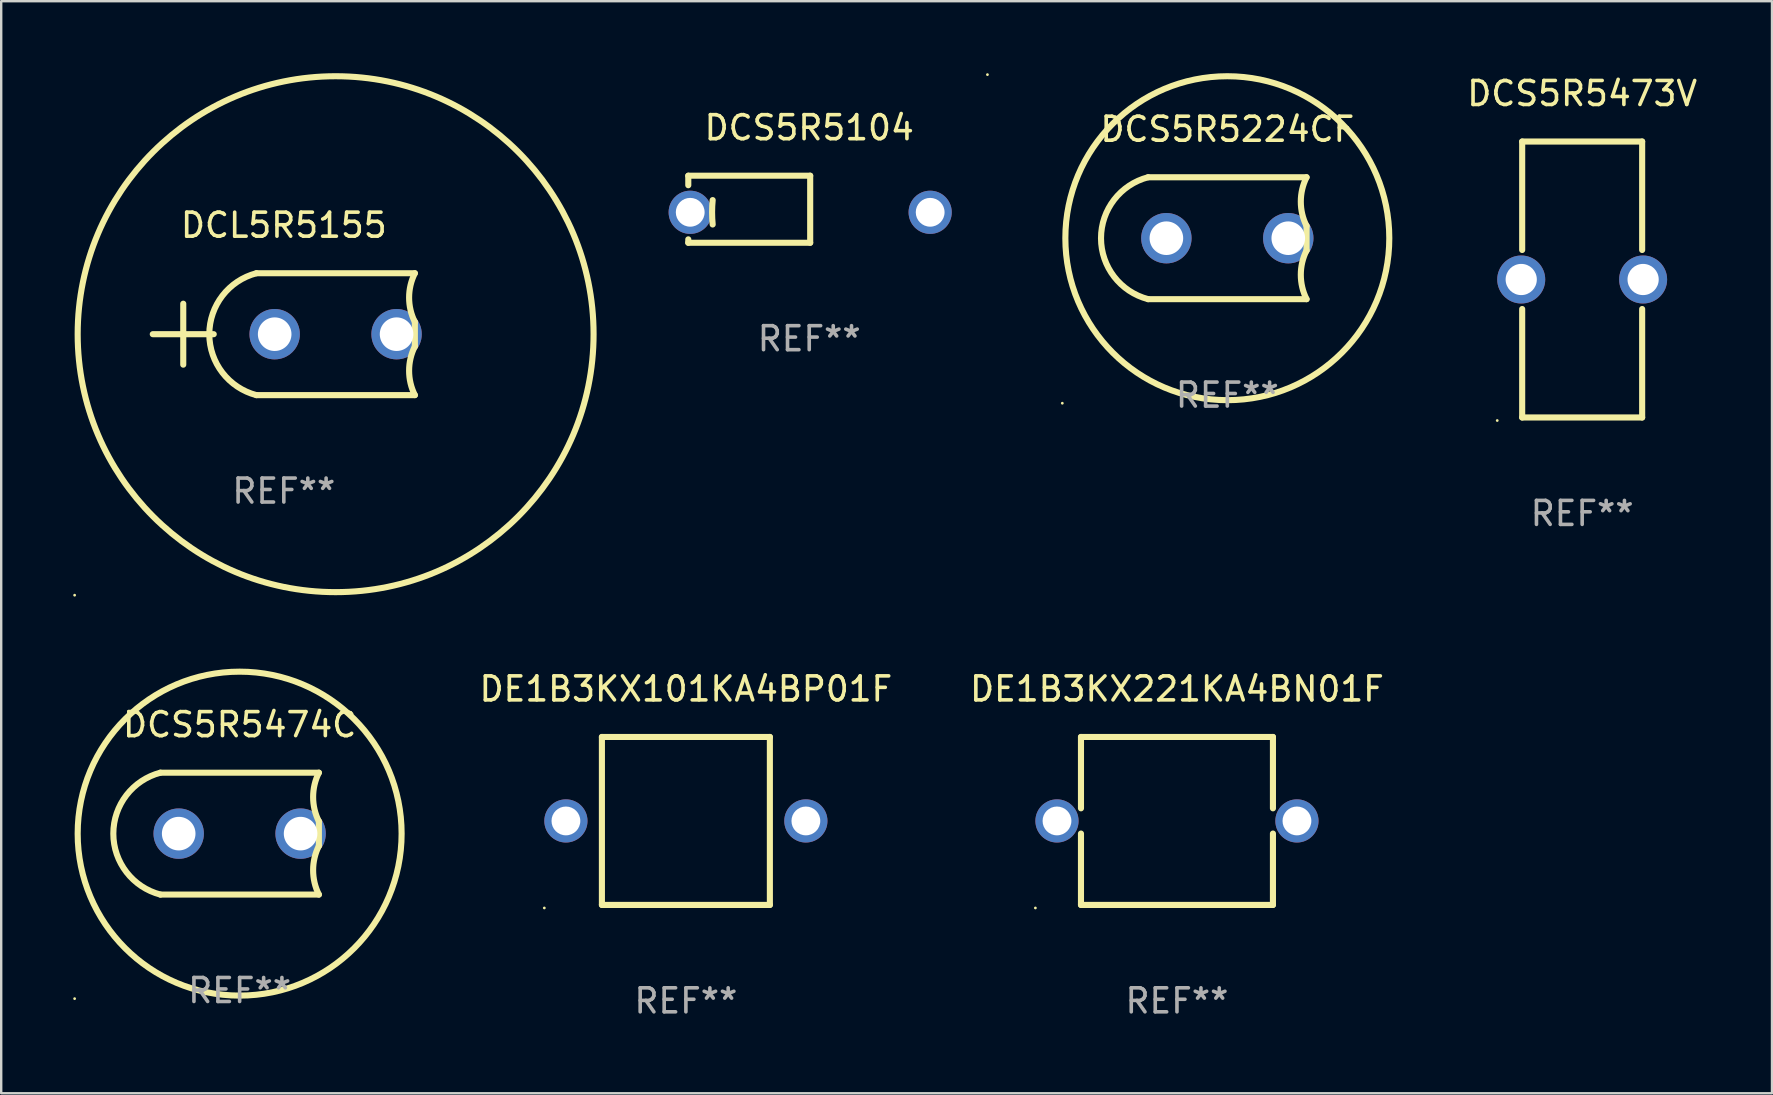
<source format=kicad_pcb>
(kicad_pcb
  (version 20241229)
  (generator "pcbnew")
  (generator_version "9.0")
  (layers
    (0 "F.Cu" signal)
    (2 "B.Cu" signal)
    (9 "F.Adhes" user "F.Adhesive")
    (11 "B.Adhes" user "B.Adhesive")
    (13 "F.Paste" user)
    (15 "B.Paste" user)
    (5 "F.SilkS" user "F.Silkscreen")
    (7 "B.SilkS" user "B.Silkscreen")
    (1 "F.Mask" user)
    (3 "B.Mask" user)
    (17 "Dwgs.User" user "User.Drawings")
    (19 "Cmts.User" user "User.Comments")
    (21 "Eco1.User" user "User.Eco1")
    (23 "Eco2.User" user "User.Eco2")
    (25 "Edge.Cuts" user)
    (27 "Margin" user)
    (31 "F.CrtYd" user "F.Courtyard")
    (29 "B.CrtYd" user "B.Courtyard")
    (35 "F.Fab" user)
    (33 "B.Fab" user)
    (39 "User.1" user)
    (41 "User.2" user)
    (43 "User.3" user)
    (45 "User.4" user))
  (footprint "DCL5R5155"
    (layer "F.Cu")
    (at 8.778 10.877)
    (property "Reference" "DCL5R5155" (at 0 -4.54 0) (layer "F.SilkS") (effects (font (size 1 1) (thickness 0.15))))
    (attr through_hole)
    (fp_line (start -5.461 0) (end -2.921 0) (stroke (width 0.254) (type solid)) (layer "F.SilkS"))
    (fp_line (start -4.191 1.27) (end -4.191 -1.27) (stroke (width 0.254) (type solid)) (layer "F.SilkS"))
    (fp_line (start -1.143 -2.54) (end 5.461 -2.54) (stroke (width 0.254) (type solid)) (layer "F.SilkS"))
    (fp_line (start -1.143 2.54) (end 5.461 2.54) (stroke (width 0.254) (type solid)) (layer "F.SilkS"))
    (fp_line (start 5.461 -0.508) (end 5.461 0.508) (stroke (width 0.254) (type solid)) (layer "F.SilkS"))
    (fp_arc (start -1.143002 2.540005) (mid -3.105155 0) (end -1.143003 -2.540005) (stroke (width 0.254001) (type solid)) (layer "F.SilkS"))
    (fp_arc (start 5.461011 -0.508001) (mid 5.221165 -1.524003) (end 5.461011 -2.540005) (stroke (width 0.254001) (type solid)) (layer "F.SilkS"))
    (fp_arc (start 5.461011 2.540005) (mid 5.221165 1.524003) (end 5.461011 0.508001) (stroke (width 0.254001) (type solid)) (layer "F.SilkS"))
    (fp_circle (center -8.718 10.877) (end -8.688 10.877) (stroke (width 0.06) (type solid)) (fill no) (layer "F.SilkS"))
    (fp_circle (center 2.159 0) (end 12.909 0) (stroke (width 0.254) (type solid)) (fill no) (layer "F.SilkS"))
    (fp_text user "REF**" (at 0 6.54 0) (layer "F.Fab") (effects (font (size 1 1) (thickness 0.15))))
    (pad "1" thru_hole circle (at -0.381 0) (size 2.1 2.1) (drill 1.4) (layers "*.Cu" "*.Mask"))
    (pad "2" thru_hole circle (at 4.699 0) (size 2.1 2.1) (drill 1.4) (layers "*.Cu" "*.Mask")))
  (footprint "DE1B3KX101KA4BP01F"
    (layer "F.Cu")
    (at 25.534 31.162)
    (property "Reference" "DE1B3KX101KA4BP01F" (at 0 -5.5 0) (layer "F.SilkS") (effects (font (size 1 1) (thickness 0.15))))
    (attr through_hole)
    (fp_line (start -3.5 -3.5) (end 3.5 -3.5) (stroke (width 0.254) (type solid)) (layer "F.SilkS"))
    (fp_line (start -3.5 3.5) (end -3.5 -3.5) (stroke (width 0.254) (type solid)) (layer "F.SilkS"))
    (fp_line (start 3.5 -3.5) (end 3.5 3.5) (stroke (width 0.254) (type solid)) (layer "F.SilkS"))
    (fp_line (start 3.5 3.5) (end -3.5 3.5) (stroke (width 0.254) (type solid)) (layer "F.SilkS"))
    (fp_circle (center -5.9 3.627) (end -5.87 3.627) (stroke (width 0.06) (type solid)) (fill no) (layer "F.SilkS"))
    (fp_text user "REF**" (at 0 7.5 0) (layer "F.Fab") (effects (font (size 1 1) (thickness 0.15))))
    (pad "1" thru_hole circle (at -5 0) (size 1.8 1.8) (drill 1.2) (layers "*.Cu" "*.Mask"))
    (pad "2" thru_hole circle (at 5 0) (size 1.8 1.8) (drill 1.2) (layers "*.Cu" "*.Mask")))
  (footprint "DCS5R5224CF"
    (layer "F.Cu")
    (at 48.098 6.877)
    (property "Reference" "DCS5R5224CF" (at 0 -4.54 0) (layer "F.SilkS") (effects (font (size 1 1) (thickness 0.15))))
    (attr through_hole)
    (fp_line (start -3.302 -2.54) (end 3.302 -2.54) (stroke (width 0.254) (type solid)) (layer "F.SilkS"))
    (fp_line (start -3.302 2.54) (end 3.302 2.54) (stroke (width 0.254) (type solid)) (layer "F.SilkS"))
    (fp_line (start 3.302 -0.508) (end 3.302 0.508) (stroke (width 0.254) (type solid)) (layer "F.SilkS"))
    (fp_arc (start -3.302007 2.540005) (mid -5.264159 0) (end -3.302006 -2.540005) (stroke (width 0.254001) (type solid)) (layer "F.SilkS"))
    (fp_arc (start 3.302007 -0.508001) (mid 3.062161 -1.524003) (end 3.302007 -2.540005) (stroke (width 0.254001) (type solid)) (layer "F.SilkS"))
    (fp_arc (start 3.302007 2.540005) (mid 3.062161 1.524003) (end 3.302007 0.508001) (stroke (width 0.254001) (type solid)) (layer "F.SilkS"))
    (fp_circle (center -6.877 6.877) (end -6.847 6.877) (stroke (width 0.06) (type solid)) (fill no) (layer "F.SilkS"))
    (fp_circle (center 0 0) (end 6.75 0) (stroke (width 0.254) (type solid)) (fill no) (layer "F.SilkS"))
    (fp_text user "REF**" (at 0 6.54 0) (layer "F.Fab") (effects (font (size 1 1) (thickness 0.15))))
    (pad "1" thru_hole circle (at -2.54 0) (size 2.1 2.1) (drill 1.4) (layers "*.Cu" "*.Mask"))
    (pad "2" thru_hole circle (at 2.54 0) (size 2.1 2.1) (drill 1.4) (layers "*.Cu" "*.Mask")))
  (footprint "DCS5R5473V"
    (layer "F.Cu")
    (at 62.886 8.598)
    (property "Reference" "DCS5R5473V" (at 0 -7.75 0) (layer "F.SilkS") (effects (font (size 1 1) (thickness 0.15))))
    (attr through_hole)
    (fp_line (start -2.5 -5.75) (end 2.5 -5.75) (stroke (width 0.254) (type solid)) (layer "F.SilkS"))
    (fp_line (start -2.5 -1.23) (end -2.5 -5.75) (stroke (width 0.254) (type solid)) (layer "F.SilkS"))
    (fp_line (start -2.5 5.75) (end -2.5 1.23) (stroke (width 0.254) (type solid)) (layer "F.SilkS"))
    (fp_line (start 2.5 -5.75) (end 2.5 -1.23) (stroke (width 0.254) (type solid)) (layer "F.SilkS"))
    (fp_line (start 2.5 1.23) (end 2.5 5.75) (stroke (width 0.254) (type solid)) (layer "F.SilkS"))
    (fp_line (start 2.5 5.75) (end -2.5 5.75) (stroke (width 0.254) (type solid)) (layer "F.SilkS"))
    (fp_circle (center -3.54 5.877) (end -3.51 5.877) (stroke (width 0.06) (type solid)) (fill no) (layer "F.SilkS"))
    (fp_text user "+" (at -2.286 -1.709 0) (layer "B.Mask") (effects (font (size 1 1) (thickness 0.15))))
    (fp_text user "REF**" (at 0 9.75 0) (layer "F.Fab") (effects (font (size 1 1) (thickness 0.15))))
    (pad "1" thru_hole circle (at -2.54 0) (size 2 2) (drill 1.3) (layers "*.Cu" "*.Mask"))
    (pad "2" thru_hole circle (at 2.54 0) (size 2 2) (drill 1.3) (layers "*.Cu" "*.Mask")))
  (footprint "DCS5R5474C"
    (layer "F.Cu")
    (at 6.937 31.691)
    (property "Reference" "DCS5R5474C" (at 0 -4.54 0) (layer "F.SilkS") (effects (font (size 1 1) (thickness 0.15))))
    (attr through_hole)
    (fp_line (start -3.302 -2.54) (end 3.302 -2.54) (stroke (width 0.254) (type solid)) (layer "F.SilkS"))
    (fp_line (start -3.302 2.54) (end 3.302 2.54) (stroke (width 0.254) (type solid)) (layer "F.SilkS"))
    (fp_line (start 3.302 -0.508) (end 3.302 0.508) (stroke (width 0.254) (type solid)) (layer "F.SilkS"))
    (fp_arc (start -3.302007 2.540005) (mid -5.264159 0) (end -3.302006 -2.540005) (stroke (width 0.254001) (type solid)) (layer "F.SilkS"))
    (fp_arc (start 3.302007 -0.508001) (mid 3.062161 -1.524003) (end 3.302007 -2.540005) (stroke (width 0.254001) (type solid)) (layer "F.SilkS"))
    (fp_arc (start 3.302007 2.540005) (mid 3.062161 1.524003) (end 3.302007 0.508001) (stroke (width 0.254001) (type solid)) (layer "F.SilkS"))
    (fp_circle (center -6.877 6.877) (end -6.847 6.877) (stroke (width 0.06) (type solid)) (fill no) (layer "F.SilkS"))
    (fp_circle (center 0 0) (end 6.75 0) (stroke (width 0.254) (type solid)) (fill no) (layer "F.SilkS"))
    (fp_text user "REF**" (at 0 6.54 0) (layer "F.Fab") (effects (font (size 1 1) (thickness 0.15))))
    (pad "1" thru_hole circle (at -2.54 0) (size 2.1 2.1) (drill 1.4) (layers "*.Cu" "*.Mask"))
    (pad "2" thru_hole circle (at 2.54 0) (size 2.1 2.1) (drill 1.4) (layers "*.Cu" "*.Mask")))
  (footprint "DCS5R5104"
    (layer "F.Cu")
    (at 30.674 5.67)
    (property "Reference" "DCS5R5104" (at 0 -3.397 0) (layer "F.SilkS") (effects (font (size 1 1) (thickness 0.15))))
    (attr through_hole)
    (fp_line (start -5.04 -1.397) (end -5.04 -1.001) (stroke (width 0.254) (type solid)) (layer "F.SilkS"))
    (fp_line (start -5.04 -1.397) (end 0.04 -1.397) (stroke (width 0.254) (type solid)) (layer "F.SilkS"))
    (fp_line (start -5.04 1.255) (end -5.04 1.397) (stroke (width 0.254) (type solid)) (layer "F.SilkS"))
    (fp_line (start 0.04 -1.397) (end 0.04 1.397) (stroke (width 0.254) (type solid)) (layer "F.SilkS"))
    (fp_line (start 0.04 1.397) (end -5.04 1.397) (stroke (width 0.254) (type solid)) (layer "F.SilkS"))
    (fp_arc (start -4.024003 0.635001) (mid -4.048622 0.127) (end -4.024003 -0.381001) (stroke (width 0.254001) (type solid)) (layer "F.SilkS"))
    (fp_circle (center 7.427 -5.61) (end 7.457 -5.61) (stroke (width 0.06) (type solid)) (fill no) (layer "F.SilkS"))
    (fp_text user "+" (at 5.894 -2.09 0) (layer "B.Mask") (effects (font (size 1 1) (thickness 0.15))))
    (fp_text user "REF**" (at 0 5.397 0) (layer "F.Fab") (effects (font (size 1 1) (thickness 0.15))))
    (pad "1" thru_hole circle (at 5.04 0.127) (size 1.8 1.8) (drill 1.2) (layers "*.Cu" "*.Mask"))
    (pad "2" thru_hole circle (at -4.96 0.127) (size 1.8 1.8) (drill 1.2) (layers "*.Cu" "*.Mask")))
  (footprint "DE1B3KX221KA4BN01F"
    (layer "F.Cu")
    (at 45.999 31.162)
    (property "Reference" "DE1B3KX221KA4BN01F" (at 0 -5.5 0) (layer "F.SilkS") (effects (font (size 1 1) (thickness 0.15))))
    (attr through_hole)
    (fp_line (start -4 -3.5) (end -4 -0.526) (stroke (width 0.254) (type solid)) (layer "F.SilkS"))
    (fp_line (start -4 -3.5) (end 4 -3.5) (stroke (width 0.254) (type solid)) (layer "F.SilkS"))
    (fp_line (start -4 0.526) (end -4 3.5) (stroke (width 0.254) (type solid)) (layer "F.SilkS"))
    (fp_line (start 4 -3.5) (end 4 -0.526) (stroke (width 0.254) (type solid)) (layer "F.SilkS"))
    (fp_line (start 4 0.526) (end 4 3.5) (stroke (width 0.254) (type solid)) (layer "F.SilkS"))
    (fp_line (start 4 3.5) (end -4 3.5) (stroke (width 0.254) (type solid)) (layer "F.SilkS"))
    (fp_circle (center -5.9 3.627) (end -5.87 3.627) (stroke (width 0.06) (type solid)) (fill no) (layer "F.SilkS"))
    (fp_text user "REF**" (at 0 7.5 0) (layer "F.Fab") (effects (font (size 1 1) (thickness 0.15))))
    (pad "1" thru_hole circle (at -5 0) (size 1.8 1.8) (drill 1.2) (layers "*.Cu" "*.Mask"))
    (pad "2" thru_hole circle (at 5 0) (size 1.8 1.8) (drill 1.2) (layers "*.Cu" "*.Mask")))
  (gr_rect
    (start -3 -3)
    (end 70.797 42.511)
    (stroke (width 0.1) (type default))
    (fill no)
    (layer "Edge.Cuts")))
</source>
